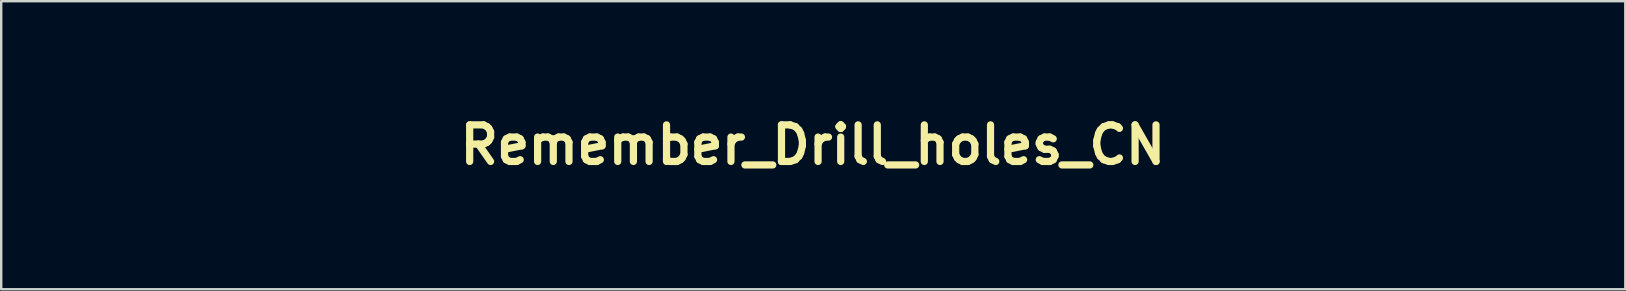
<source format=kicad_pcb>
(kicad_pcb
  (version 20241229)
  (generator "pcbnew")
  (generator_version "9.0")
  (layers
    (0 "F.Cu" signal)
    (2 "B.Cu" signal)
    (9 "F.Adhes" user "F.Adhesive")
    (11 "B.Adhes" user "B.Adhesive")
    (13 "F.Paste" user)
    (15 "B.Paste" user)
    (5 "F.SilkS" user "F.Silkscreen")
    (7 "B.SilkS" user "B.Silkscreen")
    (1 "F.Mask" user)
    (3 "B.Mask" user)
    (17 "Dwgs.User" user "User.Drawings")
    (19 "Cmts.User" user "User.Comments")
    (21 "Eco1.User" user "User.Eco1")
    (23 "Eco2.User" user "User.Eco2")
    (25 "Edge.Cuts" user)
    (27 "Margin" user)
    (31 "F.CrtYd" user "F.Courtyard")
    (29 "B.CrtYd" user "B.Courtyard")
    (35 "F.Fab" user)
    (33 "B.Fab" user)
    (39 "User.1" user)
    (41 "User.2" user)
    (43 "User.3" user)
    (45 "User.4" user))
  (footprint "Remember_Drill_holes_CN"
    (layer "F.Cu")
    (at 30.814 2.987)
    (property "Reference" "Remember_Drill_holes_CN" (at 0 0 0) (layer "F.SilkS") (effects (font (size 1.524 1.524) (thickness 0.3))))
    (attr through_hole)
    (fp_poly (pts (xy 14.017 2.681) (xy 13.311 2.681) (xy 13.311 -0.894) (xy 14.017 -0.894) (xy 14.017 2.681)) (stroke (width 0.01) (type solid)) (fill no) (layer "Eco1.User"))
    (fp_poly (pts (xy -29.609 -2.425) (xy -29.139 -1.983) (xy -29.375 -1.747) (xy -29.61 -1.511) (xy -30.067 -1.97) (xy -30.525 -2.428) (xy -30.079 -2.867) (xy -29.609 -2.425)) (stroke (width 0.01) (type solid)) (fill no) (layer "Eco1.User"))
    (fp_poly (pts (xy -7.149 1.493) (xy -7.149 1.952) (xy -7.506 2.481) (xy -7.862 3.01) (xy -8.46 3.01) (xy -8.323 2.505) (xy -8.252 2.214) (xy -8.209 1.966) (xy -8.189 1.715) (xy -8.186 1.517) (xy -8.184 1.035) (xy -7.15 1.035) (xy -7.149 1.493)) (stroke (width 0.01) (type solid)) (fill no) (layer "Eco1.User"))
    (fp_poly (pts (xy -0.658 1.493) (xy -0.658 1.952) (xy -1.015 2.481) (xy -1.371 3.01) (xy -1.969 3.01) (xy -1.832 2.505) (xy -1.761 2.214) (xy -1.718 1.966) (xy -1.698 1.715) (xy -1.694 1.517) (xy -1.693 1.035) (xy -0.659 1.035) (xy -0.658 1.493)) (stroke (width 0.01) (type solid)) (fill no) (layer "Eco1.User"))
    (fp_poly (pts (xy 5.833 1.493) (xy 5.833 1.952) (xy 5.477 2.481) (xy 5.12 3.01) (xy 4.522 3.01) (xy 4.659 2.505) (xy 4.731 2.214) (xy 4.773 1.966) (xy 4.793 1.715) (xy 4.797 1.517) (xy 4.798 1.035) (xy 5.833 1.035) (xy 5.833 1.493)) (stroke (width 0.01) (type solid)) (fill no) (layer "Eco1.User"))
    (fp_poly (pts (xy -23.841 -2.794) (xy -23.824 -2.78) (xy -23.553 -2.544) (xy -23.346 -2.361) (xy -23.194 -2.222) (xy -23.088 -2.121) (xy -23.019 -2.048) (xy -22.983 -2.001) (xy -22.952 -1.942) (xy -22.954 -1.888) (xy -22.999 -1.82) (xy -23.1 -1.716) (xy -23.157 -1.66) (xy -23.401 -1.424) (xy -23.893 -1.939) (xy -24.385 -2.454) (xy -24.152 -2.658) (xy -24.025 -2.765) (xy -23.946 -2.818) (xy -23.892 -2.825) (xy -23.841 -2.794)) (stroke (width 0.01) (type solid)) (fill no) (layer "Eco1.User"))
    (fp_poly (pts (xy -26.764 -2.54) (xy -25.447 -2.54) (xy -25.447 -2.023) (xy -26.764 -2.023) (xy -26.764 -1.787) (xy -25.635 -1.787) (xy -25.635 -1.317) (xy -26.764 -1.317) (xy -26.764 -1.035) (xy -25.259 -1.035) (xy -25.259 -0.517) (xy -28.928 -0.517) (xy -28.928 -1.035) (xy -27.47 -1.035) (xy -27.47 -1.317) (xy -28.599 -1.317) (xy -28.599 -1.787) (xy -27.47 -1.787) (xy -27.47 -2.023) (xy -28.74 -2.023) (xy -28.74 -2.54) (xy -27.47 -2.54) (xy -27.47 -2.963) (xy -26.764 -2.963) (xy -26.764 -2.54)) (stroke (width 0.01) (type solid)) (fill no) (layer "Eco1.User"))
    (fp_poly (pts (xy 21.073 -1.834) (xy 22.531 -1.834) (xy 22.531 -1.176) (xy 21.073 -1.176) (xy 21.073 -0.141) (xy 22.296 -0.141) (xy 22.296 2.634) (xy 21.943 2.634) (xy 21.763 2.633) (xy 21.658 2.624) (xy 21.607 2.601) (xy 21.591 2.558) (xy 21.59 2.516) (xy 21.59 2.399) (xy 20.085 2.399) (xy 20.085 2.681) (xy 19.426 2.681) (xy 19.426 0.517) (xy 20.085 0.517) (xy 20.085 1.74) (xy 21.59 1.74) (xy 21.59 0.517) (xy 20.085 0.517) (xy 19.426 0.517) (xy 19.426 -0.141) (xy 20.367 -0.141) (xy 20.367 -2.963) (xy 21.073 -2.963) (xy 21.073 -1.834)) (stroke (width 0.01) (type solid)) (fill no) (layer "Eco1.User"))
    (fp_poly (pts (xy 9.784 0.564) (xy 10.395 0.564) (xy 10.395 1.364) (xy 9.784 1.364) (xy 9.784 2.164) (xy 8.702 2.164) (xy 8.702 1.364) (xy 6.773 1.364) (xy 6.773 0.882) (xy 6.773 0.546) (xy 7.479 0.546) (xy 7.523 0.553) (xy 7.644 0.559) (xy 7.824 0.563) (xy 8.045 0.564) (xy 8.09 0.564) (xy 8.702 0.564) (xy 8.702 -1.288) (xy 8.09 -0.38) (xy 7.917 -0.122) (xy 7.763 0.109) (xy 7.635 0.302) (xy 7.541 0.446) (xy 7.488 0.53) (xy 7.479 0.546) (xy 6.773 0.546) (xy 6.773 0.4) (xy 8.533 -2.211) (xy 9.784 -2.211) (xy 9.784 0.564)) (stroke (width 0.01) (type solid)) (fill no) (layer "Eco1.User"))
    (fp_poly (pts (xy -10.207 -2.211) (xy -10.207 1.364) (xy -9.219 1.364) (xy -9.219 2.164) (xy -12.277 2.164) (xy -12.277 1.364) (xy -11.242 1.364) (xy -11.242 -0.024) (xy -11.243 -0.44) (xy -11.246 -0.77) (xy -11.251 -1.022) (xy -11.258 -1.204) (xy -11.269 -1.324) (xy -11.283 -1.39) (xy -11.3 -1.411) (xy -11.301 -1.411) (xy -11.371 -1.4) (xy -11.508 -1.372) (xy -11.685 -1.332) (xy -11.75 -1.317) (xy -11.977 -1.262) (xy -12.128 -1.234) (xy -12.217 -1.241) (xy -12.261 -1.29) (xy -12.276 -1.391) (xy -12.277 -1.551) (xy -12.277 -1.595) (xy -12.277 -1.966) (xy -11.748 -2.089) (xy -11.399 -2.16) (xy -11.084 -2.198) (xy -10.752 -2.211) (xy -10.713 -2.211) (xy -10.207 -2.211)) (stroke (width 0.01) (type solid)) (fill no) (layer "Eco1.User"))
    (fp_poly (pts (xy -15.338 -2.754) (xy -15.124 -2.624) (xy -14.902 -2.48) (xy -14.71 -2.35) (xy -14.669 -2.319) (xy -14.388 -2.113) (xy -14.515 -1.962) (xy -14.642 -1.811) (xy -13.953 -1.798) (xy -13.264 -1.785) (xy -13.264 -1.129) (xy -14.723 -1.129) (xy -14.723 -0.047) (xy -13.453 -0.047) (xy -13.453 0.611) (xy -14.723 0.611) (xy -14.723 1.834) (xy -13.17 1.834) (xy -13.17 2.493) (xy -17.027 2.493) (xy -17.027 1.834) (xy -15.428 1.834) (xy -15.428 0.611) (xy -16.698 0.611) (xy -16.698 -0.047) (xy -15.428 -0.047) (xy -15.428 -1.129) (xy -16.886 -1.129) (xy -16.886 -1.785) (xy -16.028 -1.798) (xy -15.169 -1.811) (xy -16.171 -2.477) (xy -15.949 -2.729) (xy -15.726 -2.982) (xy -15.338 -2.754)) (stroke (width 0.01) (type solid)) (fill no) (layer "Eco1.User"))
    (fp_poly (pts (xy -29.398 1.231) (xy -29.168 1.062) (xy -29.043 0.973) (xy -28.951 0.912) (xy -28.915 0.894) (xy -28.888 0.934) (xy -28.843 1.034) (xy -28.791 1.167) (xy -28.742 1.303) (xy -28.707 1.414) (xy -28.697 1.472) (xy -28.698 1.474) (xy -28.797 1.549) (xy -28.946 1.667) (xy -29.128 1.813) (xy -29.324 1.971) (xy -29.515 2.128) (xy -29.684 2.269) (xy -29.812 2.378) (xy -29.874 2.432) (xy -30.044 2.594) (xy -30.142 2.406) (xy -30.215 2.268) (xy -30.28 2.153) (xy -30.295 2.128) (xy -30.32 2.061) (xy -30.302 1.981) (xy -30.233 1.861) (xy -30.216 1.834) (xy -30.08 1.63) (xy -30.064 0.603) (xy -30.047 -0.423) (xy -30.809 -0.423) (xy -30.809 -1.082) (xy -29.398 -1.082) (xy -29.398 1.231)) (stroke (width 0.01) (type solid)) (fill no) (layer "Eco1.User"))
    (fp_poly (pts (xy -23.189 1.275) (xy -22.974 1.127) (xy -22.855 1.049) (xy -22.771 1.002) (xy -22.746 0.995) (xy -22.724 1.045) (xy -22.684 1.154) (xy -22.66 1.223) (xy -22.61 1.366) (xy -22.569 1.479) (xy -22.558 1.508) (xy -22.567 1.562) (xy -22.636 1.641) (xy -22.772 1.754) (xy -22.916 1.861) (xy -23.12 2.01) (xy -23.33 2.169) (xy -23.511 2.312) (xy -23.568 2.359) (xy -23.831 2.577) (xy -24.005 2.343) (xy -24.179 2.11) (xy -24.091 1.984) (xy -24.029 1.885) (xy -23.981 1.78) (xy -23.946 1.655) (xy -23.922 1.497) (xy -23.906 1.291) (xy -23.898 1.024) (xy -23.895 0.682) (xy -23.895 0.534) (xy -23.895 -0.47) (xy -24.789 -0.47) (xy -24.789 -1.129) (xy -23.189 -1.129) (xy -23.189 1.275)) (stroke (width 0.01) (type solid)) (fill no) (layer "Eco1.User"))
    (fp_poly (pts (xy -17.416 -2.911) (xy -17.307 -2.886) (xy -17.167 -2.845) (xy -17.027 -2.797) (xy -16.914 -2.753) (xy -16.858 -2.72) (xy -16.857 -2.719) (xy -16.867 -2.664) (xy -16.913 -2.543) (xy -16.988 -2.374) (xy -17.083 -2.175) (xy -17.083 -2.175) (xy -17.333 -1.67) (xy -17.357 0.494) (xy -17.38 2.658) (xy -17.698 2.672) (xy -18.015 2.685) (xy -18.017 1.072) (xy -18.019 -0.541) (xy -18.272 -0.259) (xy -18.391 -0.131) (xy -18.484 -0.04) (xy -18.536 -0.000097) (xy -18.541 -0.000391) (xy -18.568 -0.051) (xy -18.625 -0.163) (xy -18.702 -0.317) (xy -18.726 -0.364) (xy -18.809 -0.537) (xy -18.851 -0.646) (xy -18.859 -0.712) (xy -18.835 -0.754) (xy -18.823 -0.764) (xy -18.692 -0.895) (xy -18.531 -1.092) (xy -18.35 -1.337) (xy -18.162 -1.614) (xy -17.979 -1.904) (xy -17.811 -2.19) (xy -17.672 -2.454) (xy -17.589 -2.634) (xy -17.529 -2.775) (xy -17.484 -2.877) (xy -17.466 -2.912) (xy -17.416 -2.911)) (stroke (width 0.01) (type solid)) (fill no) (layer "Eco1.User"))
    (fp_poly (pts (xy -25.643 1) (xy -25.65 1.419) (xy -25.659 1.753) (xy -25.669 2.009) (xy -25.683 2.194) (xy -25.699 2.318) (xy -25.72 2.387) (xy -25.722 2.391) (xy -25.835 2.507) (xy -26.029 2.593) (xy -26.307 2.648) (xy -26.473 2.665) (xy -26.835 2.693) (xy -26.899 2.464) (xy -26.941 2.314) (xy -26.975 2.193) (xy -26.985 2.156) (xy -26.987 2.114) (xy -26.948 2.094) (xy -26.849 2.094) (xy -26.722 2.104) (xy -26.512 2.109) (xy -26.378 2.075) (xy -26.309 1.997) (xy -26.294 1.899) (xy -26.294 1.787) (xy -27.893 1.787) (xy -27.893 2.681) (xy -28.551 2.681) (xy -28.551 0.988) (xy -27.893 0.988) (xy -27.893 1.317) (xy -26.294 1.317) (xy -26.294 0.988) (xy -27.893 0.988) (xy -28.551 0.988) (xy -28.551 0.235) (xy -27.893 0.235) (xy -27.893 0.567) (xy -27.105 0.554) (xy -26.317 0.541) (xy -26.302 0.388) (xy -26.288 0.235) (xy -27.893 0.235) (xy -28.551 0.235) (xy -28.551 -0.282) (xy -25.626 -0.282) (xy -25.643 1)) (stroke (width 0.01) (type solid)) (fill no) (layer "Eco1.User"))
    (fp_poly (pts (xy 26.858 1.931) (xy 26.979 1.977) (xy 27.111 2.006) (xy 27.288 2.02) (xy 27.475 2.019) (xy 27.642 2.002) (xy 27.755 1.971) (xy 27.769 1.963) (xy 27.847 1.854) (xy 27.902 1.663) (xy 27.933 1.4) (xy 27.939 1.214) (xy 27.94 0.899) (xy 28.203 1.037) (xy 28.352 1.11) (xy 28.473 1.16) (xy 28.533 1.176) (xy 28.574 1.199) (xy 28.583 1.281) (xy 28.573 1.376) (xy 28.522 1.722) (xy 28.469 1.988) (xy 28.409 2.188) (xy 28.336 2.336) (xy 28.246 2.446) (xy 28.146 2.525) (xy 28.073 2.561) (xy 27.972 2.587) (xy 27.827 2.603) (xy 27.618 2.614) (xy 27.403 2.619) (xy 27.157 2.62) (xy 26.931 2.615) (xy 26.75 2.605) (xy 26.637 2.591) (xy 26.632 2.59) (xy 26.425 2.492) (xy 26.27 2.325) (xy 26.2 2.167) (xy 26.189 2.082) (xy 26.18 1.909) (xy 26.172 1.655) (xy 26.165 1.328) (xy 26.159 0.932) (xy 26.156 0.476) (xy 26.153 -0.034) (xy 26.153 -0.412) (xy 26.153 -2.822) (xy 26.858 -2.822) (xy 26.858 1.931)) (stroke (width 0.01) (type solid)) (fill no) (layer "Eco1.User"))
    (fp_poly (pts (xy 30.064 0.701) (xy 30.178 0.727) (xy 30.433 0.846) (xy 30.628 1.02) (xy 30.761 1.235) (xy 30.833 1.476) (xy 30.844 1.727) (xy 30.794 1.973) (xy 30.683 2.2) (xy 30.51 2.39) (xy 30.277 2.53) (xy 30.179 2.565) (xy 30.028 2.607) (xy 29.925 2.625) (xy 29.831 2.618) (xy 29.702 2.59) (xy 29.696 2.589) (xy 29.431 2.482) (xy 29.217 2.308) (xy 29.063 2.085) (xy 28.975 1.829) (xy 28.965 1.639) (xy 29.375 1.639) (xy 29.387 1.808) (xy 29.434 1.927) (xy 29.492 2) (xy 29.68 2.15) (xy 29.878 2.207) (xy 30.087 2.169) (xy 30.15 2.14) (xy 30.318 2.013) (xy 30.41 1.839) (xy 30.433 1.646) (xy 30.4 1.423) (xy 30.297 1.257) (xy 30.15 1.152) (xy 29.947 1.085) (xy 29.759 1.107) (xy 29.575 1.221) (xy 29.55 1.243) (xy 29.443 1.352) (xy 29.391 1.449) (xy 29.375 1.579) (xy 29.375 1.639) (xy 28.965 1.639) (xy 28.96 1.556) (xy 29.026 1.283) (xy 29.089 1.154) (xy 29.272 0.929) (xy 29.507 0.774) (xy 29.777 0.696) (xy 30.064 0.701)) (stroke (width 0.01) (type solid)) (fill no) (layer "Eco1.User"))
    (fp_poly (pts (xy -4.316 -2.277) (xy -3.919 -2.217) (xy -3.571 -2.101) (xy -3.286 -1.931) (xy -3.255 -1.907) (xy -3.076 -1.717) (xy -2.962 -1.5) (xy -2.905 -1.232) (xy -2.895 -1.011) (xy -2.9 -0.797) (xy -2.922 -0.641) (xy -2.967 -0.504) (xy -3.018 -0.4) (xy -3.117 -0.252) (xy -3.28 -0.059) (xy -3.495 0.17) (xy -3.754 0.423) (xy -4.043 0.69) (xy -4.353 0.959) (xy -4.388 0.988) (xy -4.754 1.294) (xy -2.822 1.319) (xy -2.822 2.164) (xy -6.021 2.164) (xy -6.021 1.336) (xy -5.151 0.589) (xy -4.9 0.37) (xy -4.667 0.161) (xy -4.463 -0.027) (xy -4.3 -0.184) (xy -4.19 -0.299) (xy -4.153 -0.343) (xy -4.067 -0.499) (xy -4.021 -0.676) (xy -4.007 -0.821) (xy -4 -0.988) (xy -4.014 -1.098) (xy -4.057 -1.185) (xy -4.134 -1.28) (xy -4.298 -1.433) (xy -4.476 -1.519) (xy -4.695 -1.547) (xy -4.858 -1.54) (xy -5.147 -1.49) (xy -5.438 -1.383) (xy -5.757 -1.21) (xy -5.774 -1.2) (xy -5.974 -1.077) (xy -5.974 -2.019) (xy -5.662 -2.115) (xy -5.201 -2.227) (xy -4.748 -2.281) (xy -4.316 -2.277)) (stroke (width 0.01) (type solid)) (fill no) (layer "Eco1.User"))
    (fp_poly (pts (xy 14.24 -2.599) (xy 14.582 -2.191) (xy 14.99 -1.786) (xy 15.44 -1.405) (xy 15.907 -1.071) (xy 16.258 -0.862) (xy 16.594 -0.68) (xy 16.392 -0.412) (xy 16.289 -0.272) (xy 16.21 -0.156) (xy 16.171 -0.089) (xy 16.171 -0.087) (xy 16.123 -0.076) (xy 16.014 -0.12) (xy 15.854 -0.21) (xy 15.653 -0.341) (xy 15.42 -0.504) (xy 15.167 -0.695) (xy 14.903 -0.904) (xy 14.639 -1.126) (xy 14.592 -1.167) (xy 14.425 -1.323) (xy 14.232 -1.52) (xy 14.046 -1.723) (xy 13.981 -1.799) (xy 13.665 -2.173) (xy 13.5 -1.969) (xy 13.277 -1.708) (xy 13.01 -1.423) (xy 12.728 -1.143) (xy 12.459 -0.896) (xy 12.347 -0.801) (xy 12.194 -0.68) (xy 12.012 -0.545) (xy 11.818 -0.407) (xy 11.629 -0.278) (xy 11.462 -0.167) (xy 11.332 -0.088) (xy 11.256 -0.051) (xy 11.248 -0.05) (xy 11.208 -0.086) (xy 11.129 -0.181) (xy 11.028 -0.314) (xy 11.008 -0.34) (xy 10.897 -0.504) (xy 10.848 -0.605) (xy 10.859 -0.648) (xy 10.861 -0.649) (xy 10.924 -0.683) (xy 11.046 -0.757) (xy 11.209 -0.86) (xy 11.353 -0.955) (xy 11.574 -1.117) (xy 11.827 -1.326) (xy 12.096 -1.569) (xy 12.365 -1.827) (xy 12.617 -2.086) (xy 12.836 -2.33) (xy 13.006 -2.542) (xy 13.076 -2.645) (xy 13.241 -2.912) (xy 14.004 -2.916) (xy 14.24 -2.599)) (stroke (width 0.01) (type solid)) (fill no) (layer "Eco1.User"))
    (fp_poly (pts (xy -19.567 0.329) (xy -20.273 0.329) (xy -20.273 0.047) (xy -21.684 0.047) (xy -21.684 0.911) (xy -21.683 1.223) (xy -21.679 1.453) (xy -21.672 1.616) (xy -21.659 1.725) (xy -21.641 1.792) (xy -21.615 1.832) (xy -21.606 1.84) (xy -21.548 1.867) (xy -21.44 1.886) (xy -21.27 1.898) (xy -21.026 1.904) (xy -20.803 1.905) (xy -20.503 1.905) (xy -20.284 1.899) (xy -20.13 1.876) (xy -20.029 1.826) (xy -19.966 1.739) (xy -19.926 1.604) (xy -19.897 1.41) (xy -19.873 1.215) (xy -19.845 0.995) (xy -19.6 1.103) (xy -19.45 1.168) (xy -19.327 1.219) (xy -19.276 1.238) (xy -19.233 1.273) (xy -19.216 1.349) (xy -19.225 1.479) (xy -19.262 1.675) (xy -19.312 1.894) (xy -19.367 2.093) (xy -19.432 2.249) (xy -19.518 2.366) (xy -19.638 2.45) (xy -19.802 2.508) (xy -20.024 2.543) (xy -20.315 2.563) (xy -20.686 2.573) (xy -20.743 2.574) (xy -21.126 2.575) (xy -21.424 2.569) (xy -21.647 2.554) (xy -21.804 2.531) (xy -21.838 2.522) (xy -22.073 2.425) (xy -22.233 2.28) (xy -22.33 2.076) (xy -22.338 2.045) (xy -22.354 1.931) (xy -22.368 1.734) (xy -22.378 1.466) (xy -22.386 1.138) (xy -22.389 0.761) (xy -22.39 0.614) (xy -22.39 -0.611) (xy -20.273 -0.611) (xy -20.273 -1.881) (xy -22.531 -1.881) (xy -22.531 -2.587) (xy -19.567 -2.587) (xy -19.567 0.329)) (stroke (width 0.01) (type solid)) (fill no) (layer "Eco1.User"))
    (fp_poly (pts (xy 17.855 -2.885) (xy 17.993 -2.853) (xy 18.131 -2.811) (xy 18.242 -2.766) (xy 18.296 -2.725) (xy 18.297 -2.719) (xy 18.281 -2.652) (xy 18.239 -2.539) (xy 18.229 -2.515) (xy 18.161 -2.352) (xy 19.332 -2.352) (xy 19.332 -1.693) (xy 17.832 -1.693) (xy 17.688 -1.485) (xy 17.608 -1.364) (xy 17.556 -1.277) (xy 17.545 -1.25) (xy 17.589 -1.241) (xy 17.713 -1.233) (xy 17.899 -1.228) (xy 18.134 -1.224) (xy 18.344 -1.223) (xy 19.144 -1.223) (xy 19.144 -0.611) (xy 18.486 -0.611) (xy 18.486 0) (xy 19.191 0) (xy 19.191 0.611) (xy 18.486 0.611) (xy 18.486 1.082) (xy 18.49 1.309) (xy 18.503 1.467) (xy 18.524 1.545) (xy 18.534 1.552) (xy 18.598 1.532) (xy 18.719 1.48) (xy 18.858 1.413) (xy 19.135 1.273) (xy 19.186 1.564) (xy 19.207 1.721) (xy 19.213 1.839) (xy 19.202 1.888) (xy 19.154 1.919) (xy 19.04 1.982) (xy 18.879 2.071) (xy 18.686 2.175) (xy 18.479 2.287) (xy 18.275 2.396) (xy 18.089 2.493) (xy 17.939 2.571) (xy 17.842 2.619) (xy 17.813 2.631) (xy 17.785 2.594) (xy 17.721 2.499) (xy 17.653 2.394) (xy 17.502 2.159) (xy 17.598 2.063) (xy 17.696 1.942) (xy 17.763 1.794) (xy 17.804 1.6) (xy 17.824 1.344) (xy 17.827 1.13) (xy 17.827 0.611) (xy 17.074 0.611) (xy 17.074 0) (xy 17.827 0) (xy 17.827 -0.611) (xy 17.404 -0.611) (xy 17.404 -1.098) (xy 17.186 -0.894) (xy 16.889 -1.562) (xy 17.106 -1.828) (xy 17.221 -1.987) (xy 17.353 -2.198) (xy 17.486 -2.432) (xy 17.602 -2.657) (xy 17.684 -2.844) (xy 17.698 -2.883) (xy 17.747 -2.897) (xy 17.855 -2.885)) (stroke (width 0.01) (type solid)) (fill no) (layer "Eco1.User"))
    (fp_poly (pts (xy 2.367 -2.261) (xy 2.747 -2.183) (xy 3.063 -2.06) (xy 3.308 -1.892) (xy 3.477 -1.681) (xy 3.51 -1.613) (xy 3.56 -1.417) (xy 3.574 -1.179) (xy 3.553 -0.94) (xy 3.498 -0.741) (xy 3.486 -0.715) (xy 3.379 -0.543) (xy 3.249 -0.418) (xy 3.063 -0.312) (xy 3.014 -0.289) (xy 2.808 -0.197) (xy 3.045 -0.095) (xy 3.317 0.063) (xy 3.511 0.271) (xy 3.631 0.534) (xy 3.68 0.856) (xy 3.681 0.943) (xy 3.641 1.279) (xy 3.528 1.562) (xy 3.339 1.795) (xy 3.073 1.978) (xy 2.728 2.115) (xy 2.301 2.206) (xy 2.281 2.209) (xy 1.933 2.244) (xy 1.593 2.245) (xy 1.215 2.211) (xy 1.176 2.206) (xy 0.971 2.176) (xy 0.765 2.139) (xy 0.647 2.114) (xy 0.423 2.06) (xy 0.423 1.637) (xy 0.425 1.436) (xy 0.432 1.314) (xy 0.448 1.253) (xy 0.476 1.238) (xy 0.506 1.246) (xy 0.756 1.344) (xy 0.952 1.41) (xy 1.127 1.449) (xy 1.313 1.469) (xy 1.542 1.477) (xy 1.623 1.478) (xy 1.859 1.477) (xy 2.024 1.47) (xy 2.14 1.452) (xy 2.23 1.42) (xy 2.308 1.377) (xy 2.479 1.223) (xy 2.572 1.03) (xy 2.583 0.818) (xy 2.507 0.608) (xy 2.402 0.48) (xy 2.252 0.389) (xy 2.044 0.329) (xy 1.763 0.297) (xy 1.635 0.29) (xy 1.176 0.273) (xy 1.176 -0.47) (xy 1.577 -0.47) (xy 1.873 -0.484) (xy 2.095 -0.527) (xy 2.262 -0.606) (xy 2.389 -0.727) (xy 2.391 -0.73) (xy 2.477 -0.906) (xy 2.48 -1.092) (xy 2.407 -1.268) (xy 2.264 -1.415) (xy 2.134 -1.487) (xy 2.005 -1.521) (xy 1.824 -1.545) (xy 1.658 -1.552) (xy 1.479 -1.546) (xy 1.302 -1.526) (xy 1.101 -1.485) (xy 0.85 -1.42) (xy 0.717 -1.383) (xy 0.666 -1.373) (xy 0.635 -1.388) (xy 0.619 -1.447) (xy 0.612 -1.566) (xy 0.611 -1.754) (xy 0.611 -2.154) (xy 0.905 -2.204) (xy 1.44 -2.272) (xy 1.93 -2.291) (xy 2.367 -2.261)) (stroke (width 0.01) (type solid)) (fill no) (layer "Eco1.User"))
    (fp_poly (pts (xy 26.005 -2.325) (xy 25.766 -1.997) (xy 25.626 -1.815) (xy 25.45 -1.598) (xy 25.267 -1.383) (xy 25.182 -1.287) (xy 25.024 -1.108) (xy 24.923 -0.979) (xy 24.865 -0.881) (xy 24.84 -0.795) (xy 24.836 -0.734) (xy 24.844 -0.623) (xy 24.865 -0.567) (xy 24.871 -0.565) (xy 24.93 -0.572) (xy 25.06 -0.591) (xy 25.238 -0.617) (xy 25.353 -0.635) (xy 25.552 -0.665) (xy 25.719 -0.688) (xy 25.83 -0.702) (xy 25.859 -0.705) (xy 25.893 -0.67) (xy 25.912 -0.56) (xy 25.917 -0.381) (xy 25.917 -0.056) (xy 25.576 0.001) (xy 25.375 0.034) (xy 25.183 0.066) (xy 25.047 0.089) (xy 24.859 0.12) (xy 24.831 1.154) (xy 24.818 1.555) (xy 24.802 1.868) (xy 24.783 2.098) (xy 24.761 2.25) (xy 24.739 2.32) (xy 24.616 2.469) (xy 24.408 2.578) (xy 24.116 2.646) (xy 23.927 2.666) (xy 23.542 2.693) (xy 23.467 2.417) (xy 23.42 2.254) (xy 23.378 2.12) (xy 23.356 2.058) (xy 23.347 2.018) (xy 23.373 1.994) (xy 23.45 1.981) (xy 23.595 1.976) (xy 23.725 1.976) (xy 24.13 1.976) (xy 24.13 1.105) (xy 24.129 0.831) (xy 24.128 0.592) (xy 24.125 0.404) (xy 24.122 0.28) (xy 24.118 0.235) (xy 24.07 0.243) (xy 23.948 0.264) (xy 23.771 0.294) (xy 23.568 0.328) (xy 23.357 0.364) (xy 23.183 0.391) (xy 23.065 0.408) (xy 23.023 0.41) (xy 23.012 0.362) (xy 22.992 0.246) (xy 22.965 0.085) (xy 22.963 0.072) (xy 22.937 -0.129) (xy 22.939 -0.247) (xy 22.959 -0.285) (xy 23.024 -0.303) (xy 23.16 -0.327) (xy 23.345 -0.354) (xy 23.487 -0.372) (xy 23.743 -0.401) (xy 23.92 -0.427) (xy 24.034 -0.459) (xy 24.097 -0.511) (xy 24.125 -0.594) (xy 24.131 -0.72) (xy 24.13 -0.897) (xy 24.132 -1.097) (xy 24.14 -1.222) (xy 24.157 -1.288) (xy 24.188 -1.314) (xy 24.22 -1.317) (xy 24.292 -1.351) (xy 24.407 -1.442) (xy 24.545 -1.576) (xy 24.601 -1.635) (xy 24.892 -1.952) (xy 23.993 -1.965) (xy 23.095 -1.978) (xy 23.095 -2.631) (xy 24.318 -2.644) (xy 25.54 -2.658) (xy 26.005 -2.325)) (stroke (width 0.01) (type solid)) (fill no) (layer "Eco1.User")))
  (gr_rect
    (start -3 -3)
    (end 64.663 9.002)
    (stroke (width 0.1) (type default))
    (fill no)
    (layer "Edge.Cuts")))
</source>
